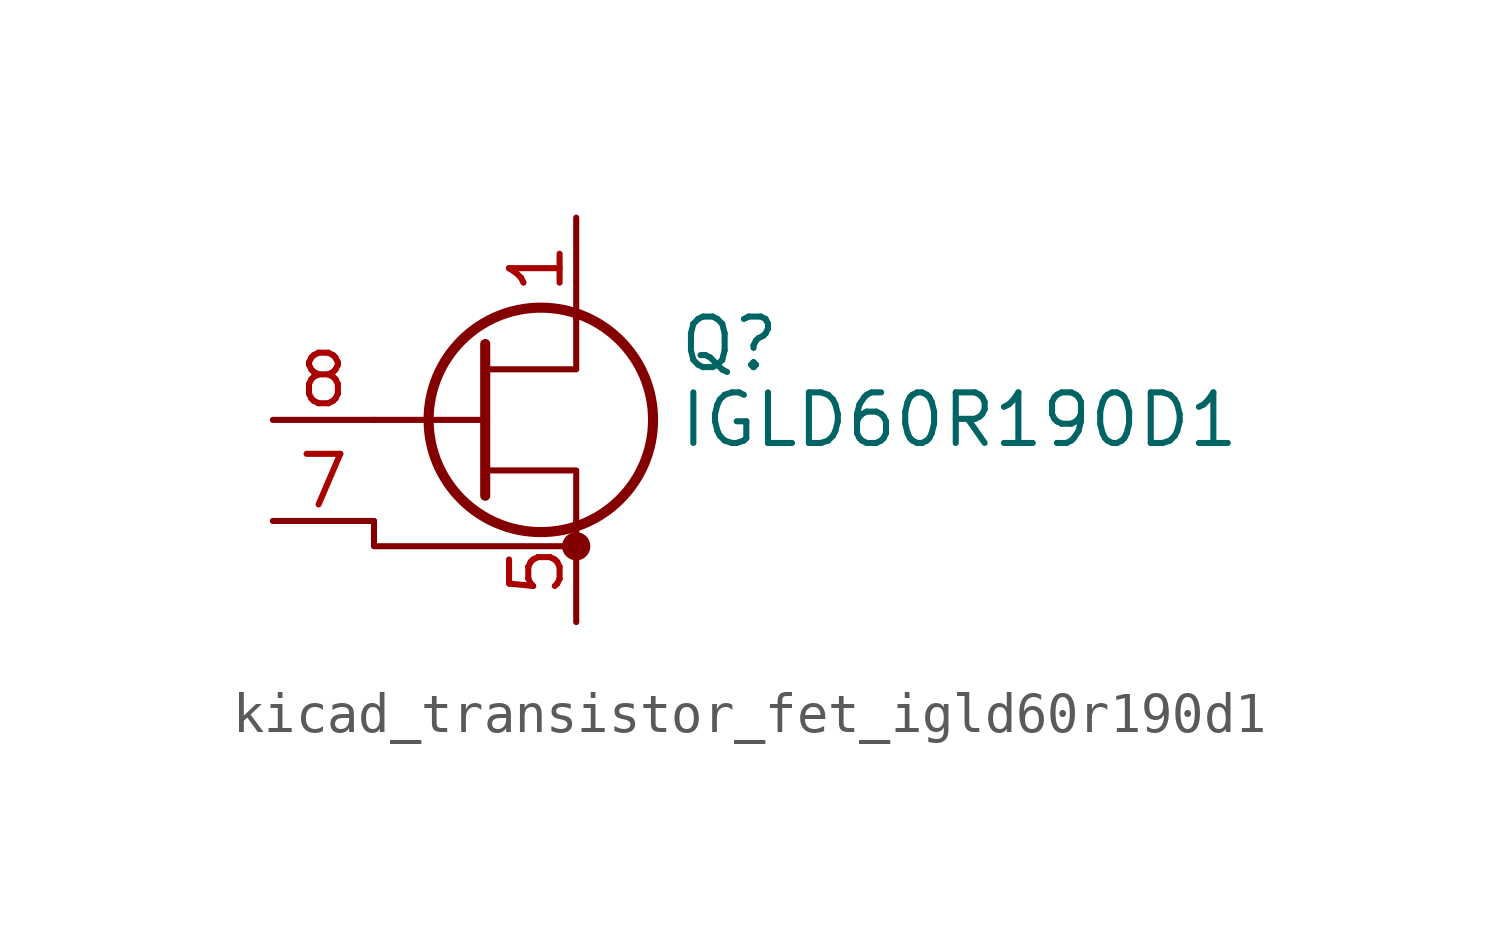
<source format=kicad_sym>
(kicad_symbol_lib
  (version 20220914)
  (generator kicad_symbol_editor)
  (symbol "kicad_transistor_fet_igld60r190d1"
    (pin_names
      (offset 0) hide)
    (property "Reference" "Q"
      (at 5.08 1.905 0)
      (effects (font (size 1.27 1.27)) (justify left)))
    (property "Value" "IGLD60R190D1"
      (at 5.08 0 0)
      (effects (font (size 1.27 1.27)) (justify left)))
    (symbol "kicad_transistor_fet_igld60r190d1_0_1"
      (polyline (pts (xy -2.54 0) (xy 0.254 0)) (stroke (width 0) (type default)) (fill (type none)))
      (polyline (pts (xy -2.54 -2.54) (xy -2.54 -3.175) (xy 2.54 -3.175)) (stroke (width 0) (type default)) (fill (type none)))
      (polyline (pts (xy 0.254 -1.27) (xy 2.54 -1.27) (xy 2.54 -2.54)) (stroke (width 0) (type default)) (fill (type none)))
      (polyline (pts (xy 0.254 1.905) (xy 0.254 -1.905) (xy 0.254 -1.905)) (stroke (width 0.254) (type default)) (fill (type none)))
      (polyline (pts (xy 2.54 2.54) (xy 2.54 1.27) (xy 0.254 1.27)) (stroke (width 0) (type default)) (fill (type none)))
      (circle (center 1.651 0) (radius 2.819) (stroke (width 0.254) (type default)) (fill (type none)))
      (circle (center 2.54 -3.175) (radius 0.279) (stroke (width 0) (type default)) (fill (type outline))))
    (symbol "kicad_transistor_fet_igld60r190d1_1_1"
      (pin passive line (at 2.54 5.08 270) (length 2.54) (name "D" (effects (font (size 1.27 1.27)))) (number "1" (effects (font (size 1.27 1.27)))))
      (pin passive line (at 2.54 5.08 270) (length 2.54) hide (name "D" (effects (font (size 1.27 1.27)))) (number "2" (effects (font (size 1.27 1.27)))))
      (pin passive line (at 2.54 5.08 270) (length 2.54) hide (name "D" (effects (font (size 1.27 1.27)))) (number "3" (effects (font (size 1.27 1.27)))))
      (pin passive line (at 2.54 5.08 270) (length 2.54) hide (name "D" (effects (font (size 1.27 1.27)))) (number "4" (effects (font (size 1.27 1.27)))))
      (pin passive line (at 2.54 -5.08 90) (length 2.54) (name "S" (effects (font (size 1.27 1.27)))) (number "5" (effects (font (size 1.27 1.27)))))
      (pin passive line (at 2.54 -5.08 90) (length 2.54) hide (name "S" (effects (font (size 1.27 1.27)))) (number "6" (effects (font (size 1.27 1.27)))))
      (pin passive line (at -5.08 -2.54 0) (length 2.54) (name "SS" (effects (font (size 1.27 1.27)))) (number "7" (effects (font (size 1.27 1.27)))))
      (pin input line (at -5.08 0 0) (length 2.54) (name "G" (effects (font (size 1.27 1.27)))) (number "8" (effects (font (size 1.27 1.27)))))
      (pin passive line (at 2.54 -5.08 90) (length 2.54) hide (name "S" (effects (font (size 1.27 1.27)))) (number "9" (effects (font (size 1.27 1.27))))))))
</source>
